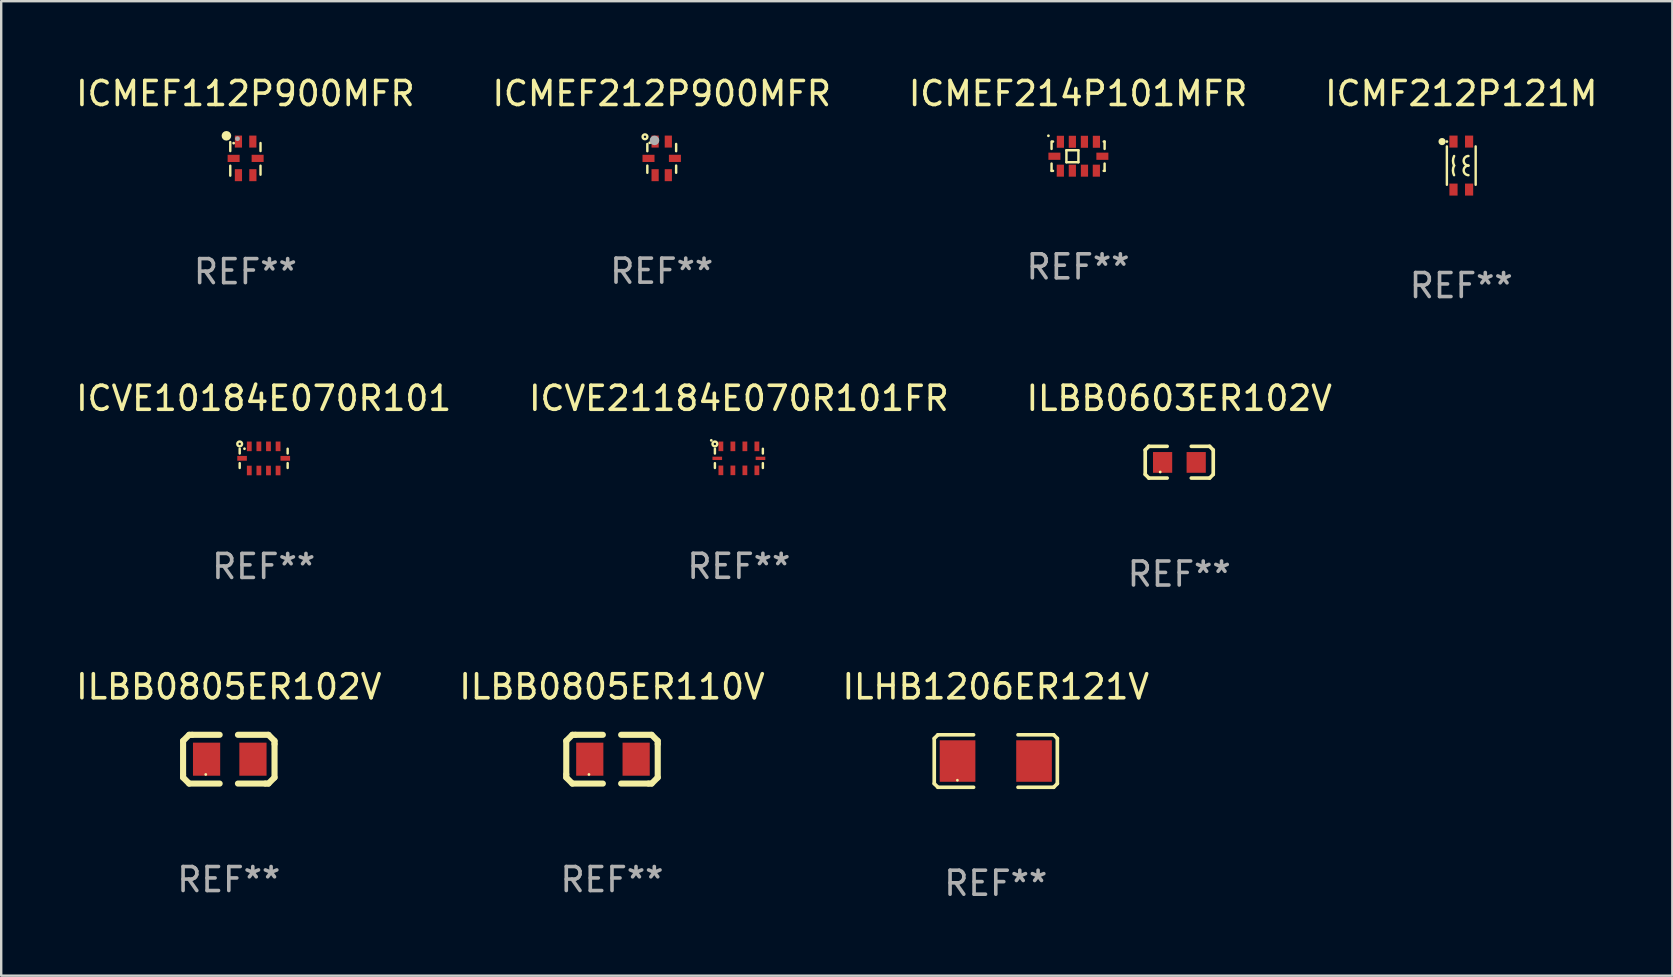
<source format=kicad_pcb>
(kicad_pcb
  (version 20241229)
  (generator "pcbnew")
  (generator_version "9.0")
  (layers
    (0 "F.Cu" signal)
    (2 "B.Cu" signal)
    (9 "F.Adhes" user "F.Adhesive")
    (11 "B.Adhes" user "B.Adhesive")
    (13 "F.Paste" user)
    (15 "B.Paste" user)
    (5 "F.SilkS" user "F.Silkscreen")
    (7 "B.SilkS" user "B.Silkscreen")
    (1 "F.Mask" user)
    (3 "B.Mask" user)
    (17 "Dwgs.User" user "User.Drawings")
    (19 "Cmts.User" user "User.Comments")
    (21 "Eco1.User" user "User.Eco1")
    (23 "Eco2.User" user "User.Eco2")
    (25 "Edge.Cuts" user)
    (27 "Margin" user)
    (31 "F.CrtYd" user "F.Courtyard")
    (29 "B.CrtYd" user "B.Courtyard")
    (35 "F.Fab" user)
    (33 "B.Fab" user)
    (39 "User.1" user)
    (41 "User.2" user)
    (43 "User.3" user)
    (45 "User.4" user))
  (footprint "ILBB0805ER102V"
    (layer "F.Cu")
    (at 6.482 28.578)
    (property "Reference" "ILBB0805ER102V" (at 0 -3.016 0) (layer "F.SilkS") (effects (font (size 1 1) (thickness 0.15))))
    (attr through_hole)
    (fp_line (start -1.905 -0.762) (end -1.905 0.635) (stroke (width 0.254) (type solid)) (layer "F.SilkS"))
    (fp_line (start -1.905 0.635) (end -1.905 0.762) (stroke (width 0.254) (type solid)) (layer "F.SilkS"))
    (fp_line (start -1.905 0.762) (end -1.651 1.016) (stroke (width 0.254) (type solid)) (layer "F.SilkS"))
    (fp_line (start -1.651 -1.016) (end -1.905 -0.762) (stroke (width 0.254) (type solid)) (layer "F.SilkS"))
    (fp_line (start -1.651 1.016) (end -0.381 1.016) (stroke (width 0.254) (type solid)) (layer "F.SilkS"))
    (fp_line (start -1.524 -1.016) (end -1.651 -1.016) (stroke (width 0.254) (type solid)) (layer "F.SilkS"))
    (fp_line (start -0.381 -1.016) (end -1.524 -1.016) (stroke (width 0.254) (type solid)) (layer "F.SilkS"))
    (fp_line (start 0.381 1.016) (end 1.524 1.016) (stroke (width 0.254) (type solid)) (layer "F.SilkS"))
    (fp_line (start 1.524 1.016) (end 1.651 1.016) (stroke (width 0.254) (type solid)) (layer "F.SilkS"))
    (fp_line (start 1.651 -1.016) (end 0.381 -1.016) (stroke (width 0.254) (type solid)) (layer "F.SilkS"))
    (fp_line (start 1.651 1.016) (end 1.905 0.762) (stroke (width 0.254) (type solid)) (layer "F.SilkS"))
    (fp_line (start 1.905 -0.762) (end 1.651 -1.016) (stroke (width 0.254) (type solid)) (layer "F.SilkS"))
    (fp_line (start 1.905 -0.635) (end 1.905 -0.762) (stroke (width 0.254) (type solid)) (layer "F.SilkS"))
    (fp_line (start 1.905 0.762) (end 1.905 -0.635) (stroke (width 0.254) (type solid)) (layer "F.SilkS"))
    (fp_circle (center -0.96 0.637) (end -0.93 0.637) (stroke (width 0.06) (type solid)) (fill no) (layer "F.SilkS"))
    (fp_text user "REF**" (at 0 5.016 0) (layer "F.Fab") (effects (font (size 1 1) (thickness 0.15))))
    (pad "1" smd rect (at -0.926 -0.000051) (size 1.133 1.377) (layers "F.Cu" "F.Mask" "F.Paste"))
    (pad "2" smd rect (at 1.006 -0.000051) (size 1.133 1.377) (layers "F.Cu" "F.Mask" "F.Paste")))
  (footprint "ICMF212P121M"
    (layer "F.Cu")
    (at 57.827 3.848)
    (property "Reference" "ICMF212P121M" (at 0 -3 0) (layer "F.SilkS") (effects (font (size 1 1) (thickness 0.15))))
    (attr through_hole)
    (fp_line (start -0.6 -0.8) (end -0.6 0.8) (stroke (width 0.1) (type solid)) (layer "F.SilkS"))
    (fp_line (start 0.6 -0.8) (end 0.6 0.8) (stroke (width 0.1) (type solid)) (layer "F.SilkS"))
    (fp_arc (start -0.299975 0.399797) (mid -0.347181 0.199771) (end -0.299975 -0.000254) (stroke (width 0.1016) (type solid)) (layer "F.SilkS"))
    (fp_arc (start -0.297943 0.001524) (mid -0.345149 -0.198501) (end -0.297943 -0.398527) (stroke (width 0.1016) (type solid)) (layer "F.SilkS"))
    (fp_arc (start 0.299975 -0.000254) (mid 0.100077 -0.200279) (end 0.299975 -0.400304) (stroke (width 0.1016) (type solid)) (layer "F.SilkS"))
    (fp_arc (start 0.299975 0.399797) (mid 0.100076 0.199771) (end 0.299975 -0.000255) (stroke (width 0.1016) (type solid)) (layer "F.SilkS"))
    (fp_circle (center -0.8 -1) (end -0.725 -1) (stroke (width 0.15) (type solid)) (fill no) (layer "F.SilkS"))
    (fp_circle (center -0.6 -1) (end -0.57 -1) (stroke (width 0.06) (type solid)) (fill no) (layer "F.SilkS"))
    (fp_text user "REF**" (at 0 5 0) (layer "F.Fab") (effects (font (size 1 1) (thickness 0.15))))
    (pad "1" smd rect (at -0.324 -1) (size 0.34 0.5) (layers "F.Cu" "F.Mask" "F.Paste"))
    (pad "2" smd rect (at 0.326 -1) (size 0.34 0.5) (layers "F.Cu" "F.Mask" "F.Paste"))
    (pad "3" smd rect (at -0.324 1) (size 0.34 0.5) (layers "F.Cu" "F.Mask" "F.Paste"))
    (pad "4" smd rect (at 0.326 1) (size 0.34 0.5) (layers "F.Cu" "F.Mask" "F.Paste")))
  (footprint "ILBB0805ER110V"
    (layer "F.Cu")
    (at 22.446 28.578)
    (property "Reference" "ILBB0805ER110V" (at 0 -3.016 0) (layer "F.SilkS") (effects (font (size 1 1) (thickness 0.15))))
    (attr through_hole)
    (fp_line (start -1.905 -0.762) (end -1.905 0.635) (stroke (width 0.254) (type solid)) (layer "F.SilkS"))
    (fp_line (start -1.905 0.635) (end -1.905 0.762) (stroke (width 0.254) (type solid)) (layer "F.SilkS"))
    (fp_line (start -1.905 0.762) (end -1.651 1.016) (stroke (width 0.254) (type solid)) (layer "F.SilkS"))
    (fp_line (start -1.651 -1.016) (end -1.905 -0.762) (stroke (width 0.254) (type solid)) (layer "F.SilkS"))
    (fp_line (start -1.651 1.016) (end -0.381 1.016) (stroke (width 0.254) (type solid)) (layer "F.SilkS"))
    (fp_line (start -1.524 -1.016) (end -1.651 -1.016) (stroke (width 0.254) (type solid)) (layer "F.SilkS"))
    (fp_line (start -0.381 -1.016) (end -1.524 -1.016) (stroke (width 0.254) (type solid)) (layer "F.SilkS"))
    (fp_line (start 0.381 1.016) (end 1.524 1.016) (stroke (width 0.254) (type solid)) (layer "F.SilkS"))
    (fp_line (start 1.524 1.016) (end 1.651 1.016) (stroke (width 0.254) (type solid)) (layer "F.SilkS"))
    (fp_line (start 1.651 -1.016) (end 0.381 -1.016) (stroke (width 0.254) (type solid)) (layer "F.SilkS"))
    (fp_line (start 1.651 1.016) (end 1.905 0.762) (stroke (width 0.254) (type solid)) (layer "F.SilkS"))
    (fp_line (start 1.905 -0.762) (end 1.651 -1.016) (stroke (width 0.254) (type solid)) (layer "F.SilkS"))
    (fp_line (start 1.905 -0.635) (end 1.905 -0.762) (stroke (width 0.254) (type solid)) (layer "F.SilkS"))
    (fp_line (start 1.905 0.762) (end 1.905 -0.635) (stroke (width 0.254) (type solid)) (layer "F.SilkS"))
    (fp_circle (center -0.96 0.637) (end -0.93 0.637) (stroke (width 0.06) (type solid)) (fill no) (layer "F.SilkS"))
    (fp_text user "REF**" (at 0 5.016 0) (layer "F.Fab") (effects (font (size 1 1) (thickness 0.15))))
    (pad "1" smd rect (at -0.926 -0.000051) (size 1.133 1.377) (layers "F.Cu" "F.Mask" "F.Paste"))
    (pad "2" smd rect (at 1.006 -0.000051) (size 1.133 1.377) (layers "F.Cu" "F.Mask" "F.Paste")))
  (footprint "ICVE10184E070R101"
    (layer "F.Cu")
    (at 7.935 16.048)
    (property "Reference" "ICVE10184E070R101" (at 0 -2.503 0) (layer "F.SilkS") (effects (font (size 1 1) (thickness 0.15))))
    (attr through_hole)
    (fp_line (start -0.999 -0.403) (end -0.999 -0.205) (stroke (width 0.102) (type solid)) (layer "F.SilkS"))
    (fp_line (start -0.999 0.397) (end -0.999 0.197) (stroke (width 0.102) (type solid)) (layer "F.SilkS"))
    (fp_line (start 0.999 -0.403) (end 0.999 -0.205) (stroke (width 0.102) (type solid)) (layer "F.SilkS"))
    (fp_line (start 0.999 0.397) (end 0.999 0.197) (stroke (width 0.102) (type solid)) (layer "F.SilkS"))
    (fp_circle (center -1 -0.604) (end -0.9 -0.604) (stroke (width 0.1) (type solid)) (fill no) (layer "F.SilkS"))
    (fp_circle (center -0.8 -0.404) (end -0.77 -0.404) (stroke (width 0.06) (type solid)) (fill no) (layer "F.SilkS"))
    (fp_text user "REF**" (at 0 4.503 0) (layer "F.Fab") (effects (font (size 1 1) (thickness 0.15))))
    (pad "1" smd rect (at -0.6 -0.503) (size 0.2 0.4) (layers "F.Cu" "F.Mask" "F.Paste"))
    (pad "2" smd rect (at -0.2 -0.503) (size 0.2 0.4) (layers "F.Cu" "F.Mask" "F.Paste"))
    (pad "3" smd rect (at 0.2 -0.503) (size 0.2 0.4) (layers "F.Cu" "F.Mask" "F.Paste"))
    (pad "4" smd rect (at 0.6 -0.503) (size 0.2 0.4) (layers "F.Cu" "F.Mask" "F.Paste"))
    (pad "5" smd rect (at 0.9 -0.004) (size 0.4 0.2) (layers "F.Cu" "F.Mask" "F.Paste"))
    (pad "6" smd rect (at 0.6 0.503 180) (size 0.2 0.4) (layers "F.Cu" "F.Mask" "F.Paste"))
    (pad "7" smd rect (at 0.2 0.503) (size 0.2 0.4) (layers "F.Cu" "F.Mask" "F.Paste"))
    (pad "8" smd rect (at -0.2 0.503) (size 0.2 0.4) (layers "F.Cu" "F.Mask" "F.Paste"))
    (pad "9" smd rect (at -0.6 0.503) (size 0.2 0.4) (layers "F.Cu" "F.Mask" "F.Paste"))
    (pad "10" smd rect (at -0.9 -0.004) (size 0.4 0.2) (layers "F.Cu" "F.Mask" "F.Paste")))
  (footprint "ILBB0603ER102V"
    (layer "F.Cu")
    (at 46.077 16.205)
    (property "Reference" "ILBB0603ER102V" (at 0 -2.661 0) (layer "F.SilkS") (effects (font (size 1 1) (thickness 0.15))))
    (attr through_hole)
    (fp_line (start -1.417 -0.508) (end -1.265 -0.661) (stroke (width 0.152) (type solid)) (layer "F.SilkS"))
    (fp_line (start -1.417 0.508) (end -1.417 -0.508) (stroke (width 0.152) (type solid)) (layer "F.SilkS"))
    (fp_line (start -1.265 -0.661) (end -0.503 -0.661) (stroke (width 0.152) (type solid)) (layer "F.SilkS"))
    (fp_line (start -1.265 0.661) (end -1.417 0.508) (stroke (width 0.152) (type solid)) (layer "F.SilkS"))
    (fp_line (start -1.265 0.661) (end -0.503 0.661) (stroke (width 0.152) (type solid)) (layer "F.SilkS"))
    (fp_line (start 1.265 -0.661) (end 0.503 -0.661) (stroke (width 0.152) (type solid)) (layer "F.SilkS"))
    (fp_line (start 1.265 -0.661) (end 1.417 -0.508) (stroke (width 0.152) (type solid)) (layer "F.SilkS"))
    (fp_line (start 1.265 0.661) (end 0.503 0.661) (stroke (width 0.152) (type solid)) (layer "F.SilkS"))
    (fp_line (start 1.417 -0.508) (end 1.417 0.508) (stroke (width 0.152) (type solid)) (layer "F.SilkS"))
    (fp_line (start 1.417 0.508) (end 1.265 0.661) (stroke (width 0.152) (type solid)) (layer "F.SilkS"))
    (fp_circle (center -0.793 0.409) (end -0.763 0.409) (stroke (width 0.06) (type solid)) (fill no) (layer "F.SilkS"))
    (fp_text user "REF**" (at 0 4.661 0) (layer "F.Fab") (effects (font (size 1 1) (thickness 0.15))))
    (pad "1" smd rect (at -0.693 0.009 180) (size 0.8 0.864) (layers "F.Cu" "F.Mask" "F.Paste"))
    (pad "2" smd rect (at 0.707 0.009 180) (size 0.8 0.864) (layers "F.Cu" "F.Mask" "F.Paste")))
  (footprint "ILHB1206ER121V"
    (layer "F.Cu")
    (at 38.435 28.655)
    (property "Reference" "ILHB1206ER121V" (at 0 -3.093 0) (layer "F.SilkS") (effects (font (size 1 1) (thickness 0.15))))
    (attr through_hole)
    (fp_line (start -2.564 -0.94) (end -2.411 -1.093) (stroke (width 0.152) (type solid)) (layer "F.SilkS"))
    (fp_line (start -2.564 0.94) (end -2.564 -0.94) (stroke (width 0.152) (type solid)) (layer "F.SilkS"))
    (fp_line (start -2.411 -1.093) (end -0.926 -1.093) (stroke (width 0.152) (type solid)) (layer "F.SilkS"))
    (fp_line (start -2.411 1.093) (end -2.564 0.94) (stroke (width 0.152) (type solid)) (layer "F.SilkS"))
    (fp_line (start -0.926 1.093) (end -2.411 1.093) (stroke (width 0.152) (type solid)) (layer "F.SilkS"))
    (fp_line (start 0.926 1.093) (end 2.411 1.093) (stroke (width 0.152) (type solid)) (layer "F.SilkS"))
    (fp_line (start 2.411 -1.093) (end 0.926 -1.093) (stroke (width 0.152) (type solid)) (layer "F.SilkS"))
    (fp_line (start 2.411 1.093) (end 2.564 0.94) (stroke (width 0.152) (type solid)) (layer "F.SilkS"))
    (fp_line (start 2.564 -0.94) (end 2.411 -1.093) (stroke (width 0.152) (type solid)) (layer "F.SilkS"))
    (fp_line (start 2.564 0.94) (end 2.564 -0.94) (stroke (width 0.152) (type solid)) (layer "F.SilkS"))
    (fp_circle (center -1.6 0.8) (end -1.57 0.8) (stroke (width 0.06) (type solid)) (fill no) (layer "F.SilkS"))
    (fp_text user "REF**" (at 0 5.093 0) (layer "F.Fab") (effects (font (size 1 1) (thickness 0.15))))
    (pad "1" smd rect (at -1.593 0) (size 1.485 1.728) (layers "F.Cu" "F.Mask" "F.Paste"))
    (pad "2" smd rect (at 1.593 0) (size 1.485 1.728) (layers "F.Cu" "F.Mask" "F.Paste")))
  (footprint "ICMEF214P101MFR"
    (layer "F.Cu")
    (at 41.863 3.458)
    (property "Reference" "ICMEF214P101MFR" (at 0 -2.61 0) (layer "F.SilkS") (effects (font (size 1 1) (thickness 0.15))))
    (attr through_hole)
    (fp_line (start -1.105 -0.304) (end -1.105 -0.61) (stroke (width 0.102) (type solid)) (layer "F.SilkS"))
    (fp_line (start -1.105 0.61) (end -1.105 0.306) (stroke (width 0.102) (type solid)) (layer "F.SilkS"))
    (fp_line (start -1.08 -0.61) (end -1.043 -0.61) (stroke (width 0.102) (type solid)) (layer "F.SilkS"))
    (fp_line (start -1.044 0.61) (end -1.105 0.61) (stroke (width 0.102) (type solid)) (layer "F.SilkS"))
    (fp_line (start -0.486 -0.249) (end 0.014 -0.249) (stroke (width 0.102) (type solid)) (layer "F.SilkS"))
    (fp_line (start -0.486 0.251) (end -0.486 -0.249) (stroke (width 0.102) (type solid)) (layer "F.SilkS"))
    (fp_line (start 0.014 -0.249) (end 0.014 0.251) (stroke (width 0.102) (type solid)) (layer "F.SilkS"))
    (fp_line (start 0.014 0.251) (end -0.486 0.251) (stroke (width 0.102) (type solid)) (layer "F.SilkS"))
    (fp_line (start 1.069 -0.61) (end 1.105 -0.61) (stroke (width 0.102) (type solid)) (layer "F.SilkS"))
    (fp_line (start 1.105 -0.61) (end 1.105 -0.304) (stroke (width 0.102) (type solid)) (layer "F.SilkS"))
    (fp_line (start 1.105 0.306) (end 1.105 0.61) (stroke (width 0.102) (type solid)) (layer "F.SilkS"))
    (fp_line (start 1.105 0.61) (end 1.066 0.61) (stroke (width 0.102) (type solid)) (layer "F.SilkS"))
    (fp_circle (center -1.236 -0.852) (end -1.206 -0.852) (stroke (width 0.06) (type solid)) (fill no) (layer "F.SilkS"))
    (fp_text user "REF**" (at 0 4.61 0) (layer "F.Fab") (effects (font (size 1 1) (thickness 0.15))))
    (pad "1" smd rect (at -0.737 -0.602) (size 0.3 0.5) (layers "F.Cu" "F.Mask" "F.Paste"))
    (pad "2" smd rect (at -0.238 -0.602 180) (size 0.3 0.5) (layers "F.Cu" "F.Mask" "F.Paste"))
    (pad "3" smd rect (at 0.264 -0.602) (size 0.3 0.5) (layers "F.Cu" "F.Mask" "F.Paste"))
    (pad "4" smd rect (at 0.764 -0.602 180) (size 0.3 0.5) (layers "F.Cu" "F.Mask" "F.Paste"))
    (pad "5" smd rect (at 0.761 0.602) (size 0.3 0.5) (layers "F.Cu" "F.Mask" "F.Paste"))
    (pad "6" smd rect (at 0.266 0.602) (size 0.3 0.5) (layers "F.Cu" "F.Mask" "F.Paste"))
    (pad "7" smd rect (at -0.239 0.602 180) (size 0.3 0.5) (layers "F.Cu" "F.Mask" "F.Paste"))
    (pad "8" smd rect (at -0.739 0.602 180) (size 0.3 0.5) (layers "F.Cu" "F.Mask" "F.Paste"))
    (pad "9" smd rect (at -0.986 0.001 270) (size 0.3 0.5) (layers "F.Cu" "F.Mask" "F.Paste"))
    (pad "10" smd rect (at 1.012 0.001 270) (size 0.3 0.5) (layers "F.Cu" "F.Mask" "F.Paste")))
  (footprint "ICMEF112P900MFR"
    (layer "F.Cu")
    (at 7.173 3.558)
    (property "Reference" "ICMEF112P900MFR" (at 0 -2.71 0) (layer "F.SilkS") (effects (font (size 1 1) (thickness 0.15))))
    (attr through_hole)
    (fp_line (start -0.63 -0.69) (end -0.63 -0.314) (stroke (width 0.1) (type solid)) (layer "F.SilkS"))
    (fp_line (start -0.63 0.295) (end -0.63 0.71) (stroke (width 0.1) (type solid)) (layer "F.SilkS"))
    (fp_line (start 0.63 -0.65) (end 0.63 -0.315) (stroke (width 0.1) (type solid)) (layer "F.SilkS"))
    (fp_line (start 0.63 0.294) (end 0.63 0.67) (stroke (width 0.1) (type solid)) (layer "F.SilkS"))
    (fp_circle (center -0.79 -0.95) (end -0.69 -0.95) (stroke (width 0.2) (type solid)) (fill no) (layer "F.SilkS"))
    (fp_circle (center -0.49 -0.645) (end -0.46 -0.645) (stroke (width 0.06) (type solid)) (fill no) (layer "F.SilkS"))
    (fp_circle (center -0.33 -0.83) (end -0.28 -0.83) (stroke (width 0.1) (type solid)) (fill no) (layer "F.Fab"))
    (fp_text user "REF**" (at 0 4.71 0) (layer "F.Fab") (effects (font (size 1 1) (thickness 0.15))))
    (pad "1" smd rect (at -0.29 -0.71) (size 0.3 0.5) (layers "F.Cu" "F.Mask" "F.Paste"))
    (pad "2" smd rect (at 0.31 -0.71) (size 0.3 0.5) (layers "F.Cu" "F.Mask" "F.Paste"))
    (pad "3" smd rect (at -0.29 0.69) (size 0.3 0.5) (layers "F.Cu" "F.Mask" "F.Paste"))
    (pad "4" smd rect (at 0.312 0.69 180) (size 0.3 0.5) (layers "F.Cu" "F.Mask" "F.Paste"))
    (pad "5" smd rect (at -0.49 -0.009 90) (size 0.3 0.5) (layers "F.Cu" "F.Mask" "F.Paste"))
    (pad "6" smd rect (at 0.51 -0.01 90) (size 0.3 0.5) (layers "F.Cu" "F.Mask" "F.Paste")))
  (footprint "ICMEF212P900MFR"
    (layer "F.Cu")
    (at 24.518 3.548)
    (property "Reference" "ICMEF212P900MFR" (at 0 -2.7 0) (layer "F.SilkS") (effects (font (size 1 1) (thickness 0.15))))
    (attr through_hole)
    (fp_line (start -0.6 -0.6) (end -0.6 -0.3) (stroke (width 0.102) (type solid)) (layer "F.SilkS"))
    (fp_line (start -0.6 0.3) (end -0.6 0.6) (stroke (width 0.102) (type solid)) (layer "F.SilkS"))
    (fp_line (start 0.6 -0.6) (end 0.6 -0.3) (stroke (width 0.102) (type solid)) (layer "F.SilkS"))
    (fp_line (start 0.6 0.3) (end 0.6 0.6) (stroke (width 0.102) (type solid)) (layer "F.SilkS"))
    (fp_circle (center -0.698 -0.899) (end -0.598 -0.899) (stroke (width 0.1) (type solid)) (fill no) (layer "F.SilkS"))
    (fp_circle (center -0.501 -0.65) (end -0.471 -0.65) (stroke (width 0.06) (type solid)) (fill no) (layer "F.SilkS"))
    (fp_circle (center -0.301 -0.75) (end -0.201 -0.75) (stroke (width 0.2) (type solid)) (fill no) (layer "F.Fab"))
    (fp_text user "REF**" (at 0 4.7 0) (layer "F.Fab") (effects (font (size 1 1) (thickness 0.15))))
    (pad "1" smd rect (at -0.276 -0.7) (size 0.3 0.5) (layers "F.Cu" "F.Mask" "F.Paste"))
    (pad "2" smd rect (at 0.274 -0.7) (size 0.3 0.5) (layers "F.Cu" "F.Mask" "F.Paste"))
    (pad "3" smd rect (at -0.276 0.7) (size 0.3 0.5) (layers "F.Cu" "F.Mask" "F.Paste"))
    (pad "4" smd rect (at 0.274 0.7 180) (size 0.3 0.5) (layers "F.Cu" "F.Mask" "F.Paste"))
    (pad "5" smd rect (at -0.551 0.000381 90) (size 0.3 0.5) (layers "F.Cu" "F.Mask" "F.Paste"))
    (pad "6" smd rect (at 0.549 -0.000381 90) (size 0.3 0.5) (layers "F.Cu" "F.Mask" "F.Paste")))
  (footprint "ICVE21184E070R101FR"
    (layer "F.Cu")
    (at 27.732 16.045)
    (property "Reference" "ICVE21184E070R101FR" (at 0 -2.5 0) (layer "F.SilkS") (effects (font (size 1 1) (thickness 0.15))))
    (attr through_hole)
    (fp_line (start -0.999 -0.399) (end -0.999 -0.201) (stroke (width 0.102) (type solid)) (layer "F.SilkS"))
    (fp_line (start -0.999 0.401) (end -0.999 0.201) (stroke (width 0.102) (type solid)) (layer "F.SilkS"))
    (fp_line (start 0.999 -0.399) (end 0.999 -0.201) (stroke (width 0.102) (type solid)) (layer "F.SilkS"))
    (fp_line (start 0.999 0.401) (end 0.999 0.201) (stroke (width 0.102) (type solid)) (layer "F.SilkS"))
    (fp_circle (center -1.15 -0.75) (end -1.12 -0.75) (stroke (width 0.06) (type solid)) (fill no) (layer "F.SilkS"))
    (fp_circle (center -1 -0.6) (end -0.9 -0.6) (stroke (width 0.1) (type solid)) (fill no) (layer "F.SilkS"))
    (fp_text user "REF**" (at 0 4.5 0) (layer "F.Fab") (effects (font (size 1 1) (thickness 0.15))))
    (pad "1" smd rect (at -0.75 -0.5) (size 0.2 0.4) (layers "F.Cu" "F.Mask" "F.Paste"))
    (pad "2" smd rect (at -0.25 -0.5) (size 0.2 0.4) (layers "F.Cu" "F.Mask" "F.Paste"))
    (pad "3" smd rect (at 0.25 -0.5) (size 0.2 0.4) (layers "F.Cu" "F.Mask" "F.Paste"))
    (pad "4" smd rect (at 0.75 -0.5) (size 0.2 0.4) (layers "F.Cu" "F.Mask" "F.Paste"))
    (pad "5" smd rect (at 0.9 0.000127 90) (size 0.14 0.4) (layers "F.Cu" "F.Mask" "F.Paste"))
    (pad "6" smd rect (at 0.75 0.5 180) (size 0.2 0.4) (layers "F.Cu" "F.Mask" "F.Paste"))
    (pad "7" smd rect (at 0.25 0.5) (size 0.2 0.4) (layers "F.Cu" "F.Mask" "F.Paste"))
    (pad "8" smd rect (at -0.25 0.5) (size 0.2 0.4) (layers "F.Cu" "F.Mask" "F.Paste"))
    (pad "9" smd rect (at -0.75 0.5) (size 0.2 0.4) (layers "F.Cu" "F.Mask" "F.Paste"))
    (pad "10" smd rect (at -0.9 0.000127 90) (size 0.14 0.4) (layers "F.Cu" "F.Mask" "F.Paste")))
  (gr_rect
    (start -3 -3)
    (end 66.619 37.596)
    (stroke (width 0.1) (type default))
    (fill no)
    (layer "Edge.Cuts")))
</source>
